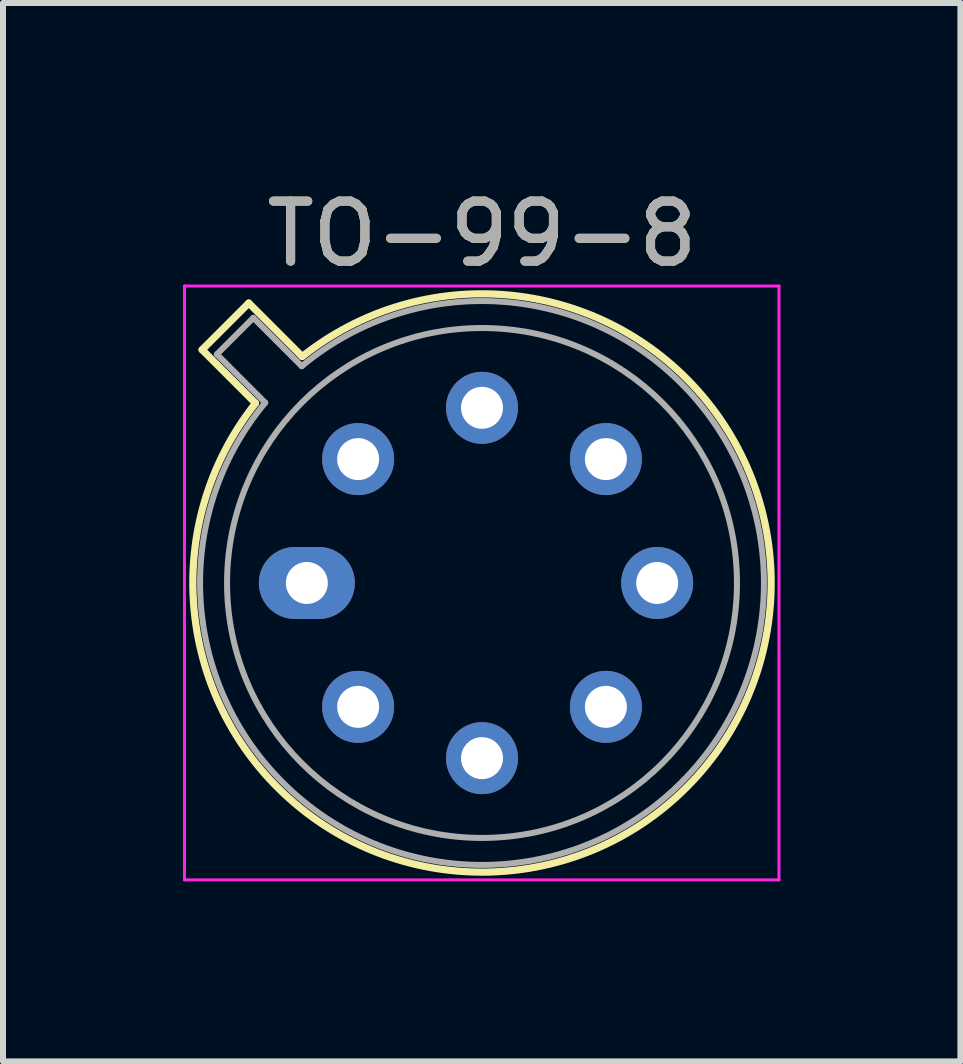
<source format=kicad_pcb>
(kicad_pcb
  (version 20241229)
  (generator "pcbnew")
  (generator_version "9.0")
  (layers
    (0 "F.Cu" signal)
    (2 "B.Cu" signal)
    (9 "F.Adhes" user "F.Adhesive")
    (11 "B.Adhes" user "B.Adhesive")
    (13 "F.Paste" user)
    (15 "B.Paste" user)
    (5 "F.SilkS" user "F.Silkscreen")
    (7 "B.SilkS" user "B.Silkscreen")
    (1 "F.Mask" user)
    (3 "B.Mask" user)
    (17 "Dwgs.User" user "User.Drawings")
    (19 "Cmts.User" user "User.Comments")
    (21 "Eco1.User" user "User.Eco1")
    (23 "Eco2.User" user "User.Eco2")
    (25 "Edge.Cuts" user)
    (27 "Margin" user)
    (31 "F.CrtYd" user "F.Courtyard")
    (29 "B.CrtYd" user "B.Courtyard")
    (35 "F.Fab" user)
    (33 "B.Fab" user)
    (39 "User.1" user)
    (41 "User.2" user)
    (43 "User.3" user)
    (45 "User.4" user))
  (footprint "TO-99-8"
    (layer "F.Cu")
    (at 2.065 6.668)
    (property "Reference" "TO-99-8" (at 2.92 -5.82 0) (layer "F.SilkS") (effects (font (size 1 1) (thickness 0.15))))
    (attr through_hole)
    (fp_line (start -1.746 -3.888) (end -0.855 -2.997) (stroke (width 0.12) (type solid)) (layer "F.SilkS"))
    (fp_line (start -0.968 -4.666) (end -1.746 -3.888) (stroke (width 0.12) (type solid)) (layer "F.SilkS"))
    (fp_line (start -0.077 -3.775) (end -0.968 -4.666) (stroke (width 0.12) (type solid)) (layer "F.SilkS"))
    (fp_arc (start -0.077084 -3.774902) (mid 6.328125 3.408384) (end -0.854674 -2.997371) (stroke (width 0.12) (type solid)) (layer "F.SilkS"))
    (fp_line (start -2.04 -4.95) (end -2.04 4.95) (stroke (width 0.05) (type solid)) (layer "F.CrtYd"))
    (fp_line (start -2.04 4.95) (end 7.87 4.95) (stroke (width 0.05) (type solid)) (layer "F.CrtYd"))
    (fp_line (start 7.87 -4.95) (end -2.04 -4.95) (stroke (width 0.05) (type solid)) (layer "F.CrtYd"))
    (fp_line (start 7.87 4.95) (end 7.87 -4.95) (stroke (width 0.05) (type solid)) (layer "F.CrtYd"))
    (fp_line (start -1.5 -3.812) (end -0.694 -3.005) (stroke (width 0.1) (type solid)) (layer "F.Fab"))
    (fp_line (start -0.892 -4.42) (end -1.5 -3.812) (stroke (width 0.1) (type solid)) (layer "F.Fab"))
    (fp_line (start -0.085 -3.614) (end -0.892 -4.42) (stroke (width 0.1) (type solid)) (layer "F.Fab"))
    (fp_arc (start -0.085408 -3.61352) (mid 6.243443 3.323361) (end -0.693594 -3.005319) (stroke (width 0.1) (type solid)) (layer "F.Fab"))
    (fp_circle (center 2.92 0) (end 7.17 0) (stroke (width 0.1) (type solid)) (fill no) (layer "F.Fab"))
    (fp_text user "${REFERENCE}" (at 2.92 -5.82 0) (layer "F.Fab") (effects (font (size 1 1) (thickness 0.15))))
    (pad "1" thru_hole oval (at 0 0) (size 1.6 1.2) (drill 0.7) (layers "*.Cu" "*.Mask"))
    (pad "2" thru_hole oval (at 0.855 2.065) (size 1.2 1.2) (drill 0.7) (layers "*.Cu" "*.Mask"))
    (pad "3" thru_hole oval (at 2.92 2.92) (size 1.2 1.2) (drill 0.7) (layers "*.Cu" "*.Mask"))
    (pad "4" thru_hole oval (at 4.985 2.065) (size 1.2 1.2) (drill 0.7) (layers "*.Cu" "*.Mask"))
    (pad "5" thru_hole oval (at 5.84 0) (size 1.2 1.2) (drill 0.7) (layers "*.Cu" "*.Mask"))
    (pad "6" thru_hole oval (at 4.985 -2.065) (size 1.2 1.2) (drill 0.7) (layers "*.Cu" "*.Mask"))
    (pad "7" thru_hole oval (at 2.92 -2.92) (size 1.2 1.2) (drill 0.7) (layers "*.Cu" "*.Mask"))
    (pad "8" thru_hole oval (at 0.855 -2.065) (size 1.2 1.2) (drill 0.7) (layers "*.Cu" "*.Mask")))
  (gr_rect
    (start -3 -3)
    (end 12.96 14.643)
    (stroke (width 0.1) (type default))
    (fill no)
    (layer "Edge.Cuts")))
</source>
